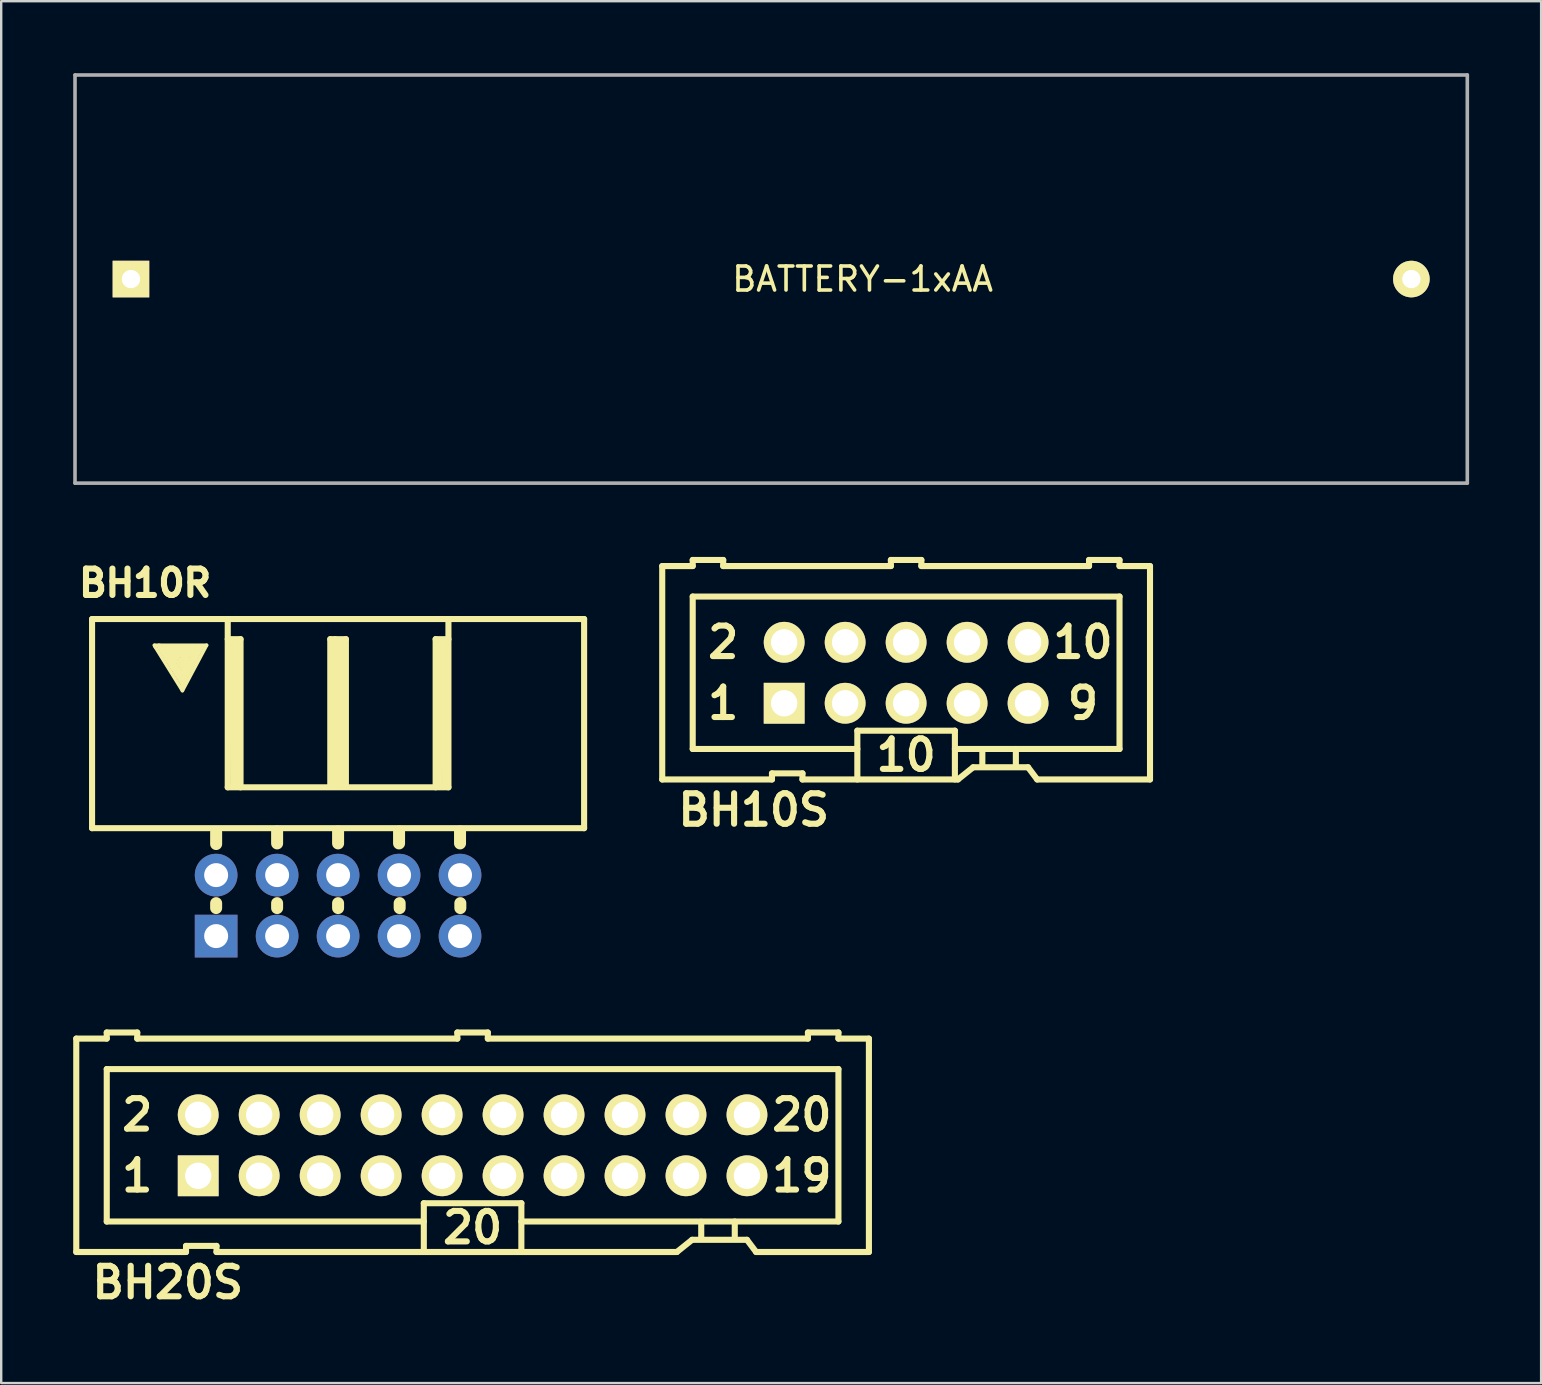
<source format=kicad_pcb>
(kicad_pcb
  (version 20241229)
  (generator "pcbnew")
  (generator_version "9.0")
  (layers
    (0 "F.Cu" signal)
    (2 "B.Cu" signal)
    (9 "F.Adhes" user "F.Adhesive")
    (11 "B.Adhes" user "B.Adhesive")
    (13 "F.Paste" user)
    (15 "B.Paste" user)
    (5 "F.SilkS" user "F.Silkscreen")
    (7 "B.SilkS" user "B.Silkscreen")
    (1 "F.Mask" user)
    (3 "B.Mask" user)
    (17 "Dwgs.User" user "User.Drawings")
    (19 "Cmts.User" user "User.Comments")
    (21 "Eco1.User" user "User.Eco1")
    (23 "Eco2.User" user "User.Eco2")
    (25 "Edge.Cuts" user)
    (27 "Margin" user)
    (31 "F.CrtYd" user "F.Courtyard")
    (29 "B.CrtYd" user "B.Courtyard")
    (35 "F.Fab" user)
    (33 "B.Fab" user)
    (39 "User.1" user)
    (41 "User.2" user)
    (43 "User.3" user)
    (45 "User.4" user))
  (footprint "BH20S"
    (layer "F.Cu")
    (at 16.637 44.661)
    (property "Reference" "BH20S" (at -12.7 5.715 0) (layer "F.SilkS") (effects (font (size 1.27 1.27) (thickness 0.254))))
    (attr smd)
    (fp_line (start -16.51 -4.445) (end -16.51 4.445) (stroke (width 0.254) (type solid)) (layer "F.SilkS"))
    (fp_line (start -16.51 -4.445) (end -15.24 -4.445) (stroke (width 0.254) (type solid)) (layer "F.SilkS"))
    (fp_line (start -16.51 4.445) (end -11.938 4.445) (stroke (width 0.254) (type solid)) (layer "F.SilkS"))
    (fp_line (start -15.24 -4.699) (end -15.24 -4.445) (stroke (width 0.254) (type solid)) (layer "F.SilkS"))
    (fp_line (start -15.24 -3.175) (end -15.24 3.175) (stroke (width 0.254) (type solid)) (layer "F.SilkS"))
    (fp_line (start -15.24 -3.175) (end 15.24 -3.175) (stroke (width 0.254) (type solid)) (layer "F.SilkS"))
    (fp_line (start -13.97 -4.699) (end -15.24 -4.699) (stroke (width 0.254) (type solid)) (layer "F.SilkS"))
    (fp_line (start -13.97 -4.699) (end -13.97 -4.445) (stroke (width 0.254) (type solid)) (layer "F.SilkS"))
    (fp_line (start -11.938 4.191) (end -11.938 4.445) (stroke (width 0.254) (type solid)) (layer "F.SilkS"))
    (fp_line (start -11.938 4.191) (end -10.668 4.191) (stroke (width 0.254) (type solid)) (layer "F.SilkS"))
    (fp_line (start -10.668 4.191) (end -10.668 4.445) (stroke (width 0.254) (type solid)) (layer "F.SilkS"))
    (fp_line (start -10.668 4.445) (end 8.509 4.445) (stroke (width 0.254) (type solid)) (layer "F.SilkS"))
    (fp_line (start -2.032 2.413) (end 2.032 2.413) (stroke (width 0.254) (type solid)) (layer "F.SilkS"))
    (fp_line (start -2.032 3.175) (end -15.24 3.175) (stroke (width 0.254) (type solid)) (layer "F.SilkS"))
    (fp_line (start -2.032 4.445) (end -2.032 2.413) (stroke (width 0.254) (type solid)) (layer "F.SilkS"))
    (fp_line (start -0.635 -4.699) (end -0.635 -4.445) (stroke (width 0.254) (type solid)) (layer "F.SilkS"))
    (fp_line (start -0.635 -4.445) (end -13.97 -4.445) (stroke (width 0.254) (type solid)) (layer "F.SilkS"))
    (fp_line (start 0.635 -4.699) (end -0.635 -4.699) (stroke (width 0.254) (type solid)) (layer "F.SilkS"))
    (fp_line (start 0.635 -4.699) (end 0.635 -4.445) (stroke (width 0.254) (type solid)) (layer "F.SilkS"))
    (fp_line (start 2.032 2.413) (end 2.032 4.445) (stroke (width 0.254) (type solid)) (layer "F.SilkS"))
    (fp_line (start 2.032 3.175) (end 15.24 3.175) (stroke (width 0.254) (type solid)) (layer "F.SilkS"))
    (fp_line (start 8.509 4.445) (end 9.144 3.937) (stroke (width 0.254) (type solid)) (layer "F.SilkS"))
    (fp_line (start 9.144 3.937) (end 11.43 3.937) (stroke (width 0.254) (type solid)) (layer "F.SilkS"))
    (fp_line (start 9.525 3.188) (end 9.525 3.835) (stroke (width 0.254) (type solid)) (layer "F.SilkS"))
    (fp_line (start 10.922 3.175) (end 10.922 3.835) (stroke (width 0.254) (type solid)) (layer "F.SilkS"))
    (fp_line (start 11.43 3.937) (end 11.811 4.445) (stroke (width 0.254) (type solid)) (layer "F.SilkS"))
    (fp_line (start 11.811 4.445) (end 16.51 4.445) (stroke (width 0.254) (type solid)) (layer "F.SilkS"))
    (fp_line (start 13.97 -4.699) (end 13.97 -4.445) (stroke (width 0.254) (type solid)) (layer "F.SilkS"))
    (fp_line (start 13.97 -4.445) (end 0.635 -4.445) (stroke (width 0.254) (type solid)) (layer "F.SilkS"))
    (fp_line (start 15.24 -4.699) (end 13.97 -4.699) (stroke (width 0.254) (type solid)) (layer "F.SilkS"))
    (fp_line (start 15.24 -4.699) (end 15.24 -4.445) (stroke (width 0.254) (type solid)) (layer "F.SilkS"))
    (fp_line (start 15.24 -3.175) (end 15.24 3.175) (stroke (width 0.254) (type solid)) (layer "F.SilkS"))
    (fp_line (start 16.51 -4.445) (end 15.24 -4.445) (stroke (width 0.254) (type solid)) (layer "F.SilkS"))
    (fp_line (start 16.51 -4.445) (end 16.51 4.445) (stroke (width 0.254) (type solid)) (layer "F.SilkS"))
    (fp_text user "20" (at 13.716 -1.27 0) (layer "F.SilkS") (effects (font (size 1.27 1.27) (thickness 0.254))))
    (fp_text user "1" (at -13.97 1.27 0) (layer "F.SilkS") (effects (font (size 1.27 1.27) (thickness 0.254))))
    (fp_text user "20" (at 0 3.429 0) (layer "F.SilkS") (effects (font (size 1.27 1.27) (thickness 0.254))))
    (fp_text user "2" (at -13.97 -1.27 0) (layer "F.SilkS") (effects (font (size 1.27 1.27) (thickness 0.254))))
    (fp_text user "19" (at 13.716 1.27 0) (layer "F.SilkS") (effects (font (size 1.27 1.27) (thickness 0.254))))
    (pad "1" thru_hole rect (at -11.43 1.27) (size 1.7 1.7) (drill 1.1) (layers "*.Cu" "*.Mask" "F.SilkS"))
    (pad "2" thru_hole circle (at -11.43 -1.27) (size 1.7 1.7) (drill 1.1) (layers "*.Cu" "*.Mask" "F.SilkS"))
    (pad "3" thru_hole circle (at -8.89 1.27) (size 1.7 1.7) (drill 1.1) (layers "*.Cu" "*.Mask" "F.SilkS"))
    (pad "4" thru_hole circle (at -8.89 -1.27) (size 1.7 1.7) (drill 1.1) (layers "*.Cu" "*.Mask" "F.SilkS"))
    (pad "5" thru_hole circle (at -6.35 1.27) (size 1.7 1.7) (drill 1.1) (layers "*.Cu" "*.Mask" "F.SilkS"))
    (pad "6" thru_hole circle (at -6.35 -1.27) (size 1.7 1.7) (drill 1.1) (layers "*.Cu" "*.Mask" "F.SilkS"))
    (pad "7" thru_hole circle (at -3.81 1.27) (size 1.7 1.7) (drill 1.1) (layers "*.Cu" "*.Mask" "F.SilkS"))
    (pad "8" thru_hole circle (at -3.81 -1.27) (size 1.7 1.7) (drill 1.1) (layers "*.Cu" "*.Mask" "F.SilkS"))
    (pad "9" thru_hole circle (at -1.27 1.27) (size 1.7 1.7) (drill 1.1) (layers "*.Cu" "*.Mask" "F.SilkS"))
    (pad "10" thru_hole circle (at -1.27 -1.27) (size 1.7 1.7) (drill 1.1) (layers "*.Cu" "*.Mask" "F.SilkS"))
    (pad "11" thru_hole circle (at 1.27 1.27) (size 1.7 1.7) (drill 1.1) (layers "*.Cu" "*.Mask" "F.SilkS"))
    (pad "12" thru_hole circle (at 1.27 -1.27) (size 1.7 1.7) (drill 1.1) (layers "*.Cu" "*.Mask" "F.SilkS"))
    (pad "13" thru_hole circle (at 3.81 1.27) (size 1.7 1.7) (drill 1.1) (layers "*.Cu" "*.Mask" "F.SilkS"))
    (pad "14" thru_hole circle (at 3.81 -1.27) (size 1.7 1.7) (drill 1.1) (layers "*.Cu" "*.Mask" "F.SilkS"))
    (pad "15" thru_hole circle (at 6.35 1.27) (size 1.7 1.7) (drill 1.1) (layers "*.Cu" "*.Mask" "F.SilkS"))
    (pad "16" thru_hole circle (at 6.35 -1.27) (size 1.7 1.7) (drill 1.1) (layers "*.Cu" "*.Mask" "F.SilkS"))
    (pad "17" thru_hole circle (at 8.89 1.27) (size 1.7 1.7) (drill 1.1) (layers "*.Cu" "*.Mask" "F.SilkS"))
    (pad "18" thru_hole circle (at 8.89 -1.27) (size 1.7 1.7) (drill 1.1) (layers "*.Cu" "*.Mask" "F.SilkS"))
    (pad "19" thru_hole circle (at 11.43 1.27) (size 1.7 1.7) (drill 1.1) (layers "*.Cu" "*.Mask" "F.SilkS"))
    (pad "20" thru_hole circle (at 11.43 -1.27) (size 1.7 1.7) (drill 1.1) (layers "*.Cu" "*.Mask" "F.SilkS")))
  (footprint "BATTERY-1xAA"
    (layer "F.Cu")
    (at 29.075 8.575)
    (property "Reference" "BATTERY-1xAA" (at 3.81 0 0) (layer "F.SilkS") (effects (font (size 1 1) (thickness 0.15))))
    (attr smd)
    (fp_line (start -29 -8.5) (end 29 -8.5) (stroke (width 0.15) (type solid)) (layer "F.Fab"))
    (fp_line (start -29 8.5) (end -29 -8.5) (stroke (width 0.15) (type solid)) (layer "F.Fab"))
    (fp_line (start 29 -8.5) (end 29 8.5) (stroke (width 0.15) (type solid)) (layer "F.Fab"))
    (fp_line (start 29 8.5) (end -29 8.5) (stroke (width 0.15) (type solid)) (layer "F.Fab"))
    (pad "1" thru_hole rect (at -26.67 0) (size 1.524 1.524) (drill 0.762) (layers "*.Cu" "*.Mask" "F.SilkS"))
    (pad "2" thru_hole circle (at 26.67 0) (size 1.524 1.524) (drill 0.762) (layers "*.Cu" "*.Mask" "F.SilkS")))
  (footprint "BH10R"
    (layer "F.Cu")
    (at 11.034 34.676)
    (property "Reference" "BH10R" (at -8.039 -13.437 0) (layer "F.SilkS") (effects (font (size 1.1 1.1) (thickness 0.254))))
    (attr smd)
    (fp_line (start -10.249 -11.938) (end 10.249 -11.938) (stroke (width 0.254) (type solid)) (layer "F.SilkS"))
    (fp_line (start -10.249 -3.226) (end -10.249 -11.938) (stroke (width 0.254) (type solid)) (layer "F.SilkS"))
    (fp_line (start -7.612 -10.77) (end -7.658 -10.846) (stroke (width 0.15) (type solid)) (layer "F.SilkS"))
    (fp_line (start -7.475 -10.846) (end -5.479 -10.846) (stroke (width 0.15) (type solid)) (layer "F.SilkS"))
    (fp_line (start -7.46 -10.762) (end -6.485 -9.215) (stroke (width 0.15) (type solid)) (layer "F.SilkS"))
    (fp_line (start -7.44 -10.841) (end -7.633 -10.846) (stroke (width 0.15) (type solid)) (layer "F.SilkS"))
    (fp_line (start -7.33 -10.77) (end -6.5 -9.428) (stroke (width 0.15) (type solid)) (layer "F.SilkS"))
    (fp_line (start -7.201 -10.671) (end -6.5 -9.642) (stroke (width 0.15) (type solid)) (layer "F.SilkS"))
    (fp_line (start -6.988 -10.564) (end -6.462 -9.817) (stroke (width 0.15) (type solid)) (layer "F.SilkS"))
    (fp_line (start -6.759 -10.472) (end -6.469 -10.03) (stroke (width 0.15) (type solid)) (layer "F.SilkS"))
    (fp_line (start -6.741 -10.351) (end -7.064 -10.615) (stroke (width 0.15) (type solid)) (layer "F.SilkS"))
    (fp_line (start -6.607 -10.434) (end -6.431 -10.328) (stroke (width 0.15) (type solid)) (layer "F.SilkS"))
    (fp_line (start -6.538 -10.259) (end -6.53 -10.251) (stroke (width 0.15) (type solid)) (layer "F.SilkS"))
    (fp_line (start -6.5 -9.642) (end -5.959 -10.617) (stroke (width 0.15) (type solid)) (layer "F.SilkS"))
    (fp_line (start -6.5 -9.428) (end -5.829 -10.686) (stroke (width 0.15) (type solid)) (layer "F.SilkS"))
    (fp_line (start -6.485 -9.215) (end -5.669 -10.762) (stroke (width 0.15) (type solid)) (layer "F.SilkS"))
    (fp_line (start -6.485 -8.956) (end -7.612 -10.77) (stroke (width 0.15) (type solid)) (layer "F.SilkS"))
    (fp_line (start -6.469 -10.03) (end -6.325 -10.48) (stroke (width 0.15) (type solid)) (layer "F.SilkS"))
    (fp_line (start -6.462 -9.817) (end -6.172 -10.556) (stroke (width 0.15) (type solid)) (layer "F.SilkS"))
    (fp_line (start -6.431 -10.328) (end -6.538 -10.259) (stroke (width 0.15) (type solid)) (layer "F.SilkS"))
    (fp_line (start -6.424 -9.406) (end -6.485 -9.108) (stroke (width 0.15) (type solid)) (layer "F.SilkS"))
    (fp_line (start -6.325 -10.48) (end -6.607 -10.434) (stroke (width 0.15) (type solid)) (layer "F.SilkS"))
    (fp_line (start -6.172 -10.556) (end -6.759 -10.472) (stroke (width 0.15) (type solid)) (layer "F.SilkS"))
    (fp_line (start -6.027 -10.668) (end -6.134 -10.472) (stroke (width 0.15) (type solid)) (layer "F.SilkS"))
    (fp_line (start -5.959 -10.617) (end -6.988 -10.564) (stroke (width 0.15) (type solid)) (layer "F.SilkS"))
    (fp_line (start -5.829 -10.686) (end -7.201 -10.671) (stroke (width 0.15) (type solid)) (layer "F.SilkS"))
    (fp_line (start -5.669 -10.762) (end -7.33 -10.77) (stroke (width 0.15) (type solid)) (layer "F.SilkS"))
    (fp_line (start -5.479 -10.846) (end -6.485 -8.956) (stroke (width 0.15) (type solid)) (layer "F.SilkS"))
    (fp_line (start -5.08 -3.061) (end -5.08 -2.565) (stroke (width 0.5) (type solid)) (layer "F.SilkS"))
    (fp_line (start -5.08 -0.102) (end -5.08 0.102) (stroke (width 0.5) (type solid)) (layer "F.SilkS"))
    (fp_line (start -4.597 -11.938) (end -4.597 -4.928) (stroke (width 0.254) (type solid)) (layer "F.SilkS"))
    (fp_line (start -4.597 -11.1) (end -4.064 -11.1) (stroke (width 0.254) (type solid)) (layer "F.SilkS"))
    (fp_line (start -4.597 -4.928) (end 4.597 -4.928) (stroke (width 0.254) (type solid)) (layer "F.SilkS"))
    (fp_line (start -4.394 -10.973) (end -4.369 -5.029) (stroke (width 0.254) (type solid)) (layer "F.SilkS"))
    (fp_line (start -4.242 -10.998) (end -4.242 -5.029) (stroke (width 0.254) (type solid)) (layer "F.SilkS"))
    (fp_line (start -4.064 -11.1) (end -4.064 -4.928) (stroke (width 0.254) (type solid)) (layer "F.SilkS"))
    (fp_line (start -2.54 -3.086) (end -2.54 -2.591) (stroke (width 0.5) (type solid)) (layer "F.SilkS"))
    (fp_line (start -2.54 -0.102) (end -2.54 0.102) (stroke (width 0.5) (type solid)) (layer "F.SilkS"))
    (fp_line (start -0.325 -11.1) (end 0.325 -11.1) (stroke (width 0.254) (type solid)) (layer "F.SilkS"))
    (fp_line (start -0.325 -4.95) (end -0.325 -11.1) (stroke (width 0.254) (type solid)) (layer "F.SilkS"))
    (fp_line (start -0.127 -11.1) (end -0.127 -5.055) (stroke (width 0.254) (type solid)) (layer "F.SilkS"))
    (fp_line (start 0 -3.086) (end 0 -2.591) (stroke (width 0.5) (type solid)) (layer "F.SilkS"))
    (fp_line (start 0 -0.102) (end 0 0.102) (stroke (width 0.5) (type solid)) (layer "F.SilkS"))
    (fp_line (start 0.102 -10.947) (end 0.102 -5.105) (stroke (width 0.254) (type solid)) (layer "F.SilkS"))
    (fp_line (start 0.325 -11.1) (end 0.325 -4.95) (stroke (width 0.254) (type solid)) (layer "F.SilkS"))
    (fp_line (start 2.54 -3.086) (end 2.54 -2.591) (stroke (width 0.5) (type solid)) (layer "F.SilkS"))
    (fp_line (start 2.565 -0.102) (end 2.565 0.102) (stroke (width 0.5) (type solid)) (layer "F.SilkS"))
    (fp_line (start 4.064 -11.1) (end 4.064 -4.928) (stroke (width 0.254) (type solid)) (layer "F.SilkS"))
    (fp_line (start 4.242 -11.024) (end 4.242 -5.055) (stroke (width 0.254) (type solid)) (layer "F.SilkS"))
    (fp_line (start 4.394 -11.024) (end 4.47 -5.004) (stroke (width 0.254) (type solid)) (layer "F.SilkS"))
    (fp_line (start 4.597 -11.1) (end 4.064 -11.1) (stroke (width 0.254) (type solid)) (layer "F.SilkS"))
    (fp_line (start 4.597 -4.928) (end 4.597 -11.938) (stroke (width 0.254) (type solid)) (layer "F.SilkS"))
    (fp_line (start 5.08 -3.086) (end 5.08 -2.591) (stroke (width 0.5) (type solid)) (layer "F.SilkS"))
    (fp_line (start 5.093 -0.102) (end 5.093 0.102) (stroke (width 0.5) (type solid)) (layer "F.SilkS"))
    (fp_line (start 10.249 -11.938) (end 10.249 -3.226) (stroke (width 0.254) (type solid)) (layer "F.SilkS"))
    (fp_line (start 10.249 -3.226) (end -10.249 -3.226) (stroke (width 0.254) (type solid)) (layer "F.SilkS"))
    (pad "1" thru_hole rect (at -5.08 1.27) (size 1.778 1.778) (drill 1) (layers "*.Cu" "*.Mask"))
    (pad "2" thru_hole circle (at -5.08 -1.27) (size 1.778 1.778) (drill 1) (layers "*.Cu" "*.Mask"))
    (pad "3" thru_hole circle (at -2.54 1.27) (size 1.778 1.778) (drill 1) (layers "*.Cu" "*.Mask"))
    (pad "4" thru_hole circle (at -2.54 -1.27) (size 1.778 1.778) (drill 1) (layers "*.Cu" "*.Mask"))
    (pad "5" thru_hole circle (at 0 1.27) (size 1.778 1.778) (drill 1) (layers "*.Cu" "*.Mask"))
    (pad "6" thru_hole circle (at 0 -1.27) (size 1.778 1.778) (drill 1) (layers "*.Cu" "*.Mask"))
    (pad "7" thru_hole circle (at 2.54 1.27) (size 1.778 1.778) (drill 1) (layers "*.Cu" "*.Mask"))
    (pad "8" thru_hole circle (at 2.54 -1.27) (size 1.778 1.778) (drill 1) (layers "*.Cu" "*.Mask"))
    (pad "9" thru_hole circle (at 5.08 1.27) (size 1.778 1.778) (drill 1) (layers "*.Cu" "*.Mask"))
    (pad "10" thru_hole circle (at 5.08 -1.27) (size 1.778 1.778) (drill 1) (layers "*.Cu" "*.Mask")))
  (footprint "BH10S"
    (layer "F.Cu")
    (at 34.697 24.976)
    (property "Reference" "BH10S" (at -6.35 5.715 0) (layer "F.SilkS") (effects (font (size 1.27 1.27) (thickness 0.254))))
    (attr smd)
    (fp_line (start -10.16 -4.445) (end -10.16 4.445) (stroke (width 0.254) (type solid)) (layer "F.SilkS"))
    (fp_line (start -10.16 -4.445) (end -8.89 -4.445) (stroke (width 0.254) (type solid)) (layer "F.SilkS"))
    (fp_line (start -10.16 4.445) (end -5.588 4.445) (stroke (width 0.254) (type solid)) (layer "F.SilkS"))
    (fp_line (start -8.89 -4.699) (end -8.89 -4.445) (stroke (width 0.254) (type solid)) (layer "F.SilkS"))
    (fp_line (start -8.89 -3.175) (end -8.89 3.175) (stroke (width 0.254) (type solid)) (layer "F.SilkS"))
    (fp_line (start -8.89 -3.175) (end 8.89 -3.175) (stroke (width 0.254) (type solid)) (layer "F.SilkS"))
    (fp_line (start -7.62 -4.699) (end -8.89 -4.699) (stroke (width 0.254) (type solid)) (layer "F.SilkS"))
    (fp_line (start -7.62 -4.699) (end -7.62 -4.445) (stroke (width 0.254) (type solid)) (layer "F.SilkS"))
    (fp_line (start -5.588 4.191) (end -5.588 4.445) (stroke (width 0.254) (type solid)) (layer "F.SilkS"))
    (fp_line (start -5.588 4.191) (end -4.318 4.191) (stroke (width 0.254) (type solid)) (layer "F.SilkS"))
    (fp_line (start -4.318 4.191) (end -4.318 4.445) (stroke (width 0.254) (type solid)) (layer "F.SilkS"))
    (fp_line (start -4.318 4.445) (end 2.159 4.445) (stroke (width 0.254) (type solid)) (layer "F.SilkS"))
    (fp_line (start -2.032 2.413) (end 2.032 2.413) (stroke (width 0.254) (type solid)) (layer "F.SilkS"))
    (fp_line (start -2.032 3.175) (end -8.89 3.175) (stroke (width 0.254) (type solid)) (layer "F.SilkS"))
    (fp_line (start -2.032 4.445) (end -2.032 2.413) (stroke (width 0.254) (type solid)) (layer "F.SilkS"))
    (fp_line (start -0.635 -4.699) (end -0.635 -4.445) (stroke (width 0.254) (type solid)) (layer "F.SilkS"))
    (fp_line (start -0.635 -4.445) (end -7.62 -4.445) (stroke (width 0.254) (type solid)) (layer "F.SilkS"))
    (fp_line (start 0.635 -4.699) (end -0.635 -4.699) (stroke (width 0.254) (type solid)) (layer "F.SilkS"))
    (fp_line (start 0.635 -4.699) (end 0.635 -4.445) (stroke (width 0.254) (type solid)) (layer "F.SilkS"))
    (fp_line (start 2.032 2.413) (end 2.032 4.445) (stroke (width 0.254) (type solid)) (layer "F.SilkS"))
    (fp_line (start 2.032 3.175) (end 8.89 3.175) (stroke (width 0.254) (type solid)) (layer "F.SilkS"))
    (fp_line (start 2.159 4.445) (end 2.794 3.937) (stroke (width 0.254) (type solid)) (layer "F.SilkS"))
    (fp_line (start 2.794 3.937) (end 5.08 3.937) (stroke (width 0.254) (type solid)) (layer "F.SilkS"))
    (fp_line (start 3.175 3.188) (end 3.175 3.835) (stroke (width 0.254) (type solid)) (layer "F.SilkS"))
    (fp_line (start 4.572 3.175) (end 4.572 3.835) (stroke (width 0.254) (type solid)) (layer "F.SilkS"))
    (fp_line (start 5.08 3.937) (end 5.461 4.445) (stroke (width 0.254) (type solid)) (layer "F.SilkS"))
    (fp_line (start 5.461 4.445) (end 10.16 4.445) (stroke (width 0.254) (type solid)) (layer "F.SilkS"))
    (fp_line (start 7.62 -4.699) (end 7.62 -4.445) (stroke (width 0.254) (type solid)) (layer "F.SilkS"))
    (fp_line (start 7.62 -4.445) (end 0.635 -4.445) (stroke (width 0.254) (type solid)) (layer "F.SilkS"))
    (fp_line (start 8.89 -4.699) (end 7.62 -4.699) (stroke (width 0.254) (type solid)) (layer "F.SilkS"))
    (fp_line (start 8.89 -4.699) (end 8.89 -4.445) (stroke (width 0.254) (type solid)) (layer "F.SilkS"))
    (fp_line (start 8.89 -3.175) (end 8.89 3.175) (stroke (width 0.254) (type solid)) (layer "F.SilkS"))
    (fp_line (start 10.16 -4.445) (end 8.89 -4.445) (stroke (width 0.254) (type solid)) (layer "F.SilkS"))
    (fp_line (start 10.16 -4.445) (end 10.16 4.445) (stroke (width 0.254) (type solid)) (layer "F.SilkS"))
    (fp_text user "2" (at -7.62 -1.27 0) (layer "F.SilkS") (effects (font (size 1.27 1.27) (thickness 0.254))))
    (fp_text user "9" (at 7.366 1.27 0) (layer "F.SilkS") (effects (font (size 1.27 1.27) (thickness 0.254))))
    (fp_text user "10" (at 0 3.429 0) (layer "F.SilkS") (effects (font (size 1.27 1.27) (thickness 0.254))))
    (fp_text user "1" (at -7.62 1.27 0) (layer "F.SilkS") (effects (font (size 1.27 1.27) (thickness 0.254))))
    (fp_text user "10" (at 7.366 -1.27 0) (layer "F.SilkS") (effects (font (size 1.27 1.27) (thickness 0.254))))
    (pad "1" thru_hole rect (at -5.08 1.27) (size 1.7 1.7) (drill 1.1) (layers "*.Cu" "*.Mask" "F.SilkS"))
    (pad "2" thru_hole circle (at -5.08 -1.27) (size 1.7 1.7) (drill 1.1) (layers "*.Cu" "*.Mask" "F.SilkS"))
    (pad "3" thru_hole circle (at -2.54 1.27) (size 1.7 1.7) (drill 1.1) (layers "*.Cu" "*.Mask" "F.SilkS"))
    (pad "4" thru_hole circle (at -2.54 -1.27) (size 1.7 1.7) (drill 1.1) (layers "*.Cu" "*.Mask" "F.SilkS"))
    (pad "5" thru_hole circle (at 0 1.27) (size 1.7 1.7) (drill 1.1) (layers "*.Cu" "*.Mask" "F.SilkS"))
    (pad "6" thru_hole circle (at 0 -1.27) (size 1.7 1.7) (drill 1.1) (layers "*.Cu" "*.Mask" "F.SilkS"))
    (pad "7" thru_hole circle (at 2.54 1.27) (size 1.7 1.7) (drill 1.1) (layers "*.Cu" "*.Mask" "F.SilkS"))
    (pad "8" thru_hole circle (at 2.54 -1.27) (size 1.7 1.7) (drill 1.1) (layers "*.Cu" "*.Mask" "F.SilkS"))
    (pad "9" thru_hole circle (at 5.08 1.27) (size 1.7 1.7) (drill 1.1) (layers "*.Cu" "*.Mask" "F.SilkS"))
    (pad "10" thru_hole circle (at 5.08 -1.27) (size 1.7 1.7) (drill 1.1) (layers "*.Cu" "*.Mask" "F.SilkS")))
  (gr_rect
    (start -3 -3)
    (end 61.15 54.565)
    (stroke (width 0.1) (type default))
    (fill no)
    (layer "Edge.Cuts")))
</source>
